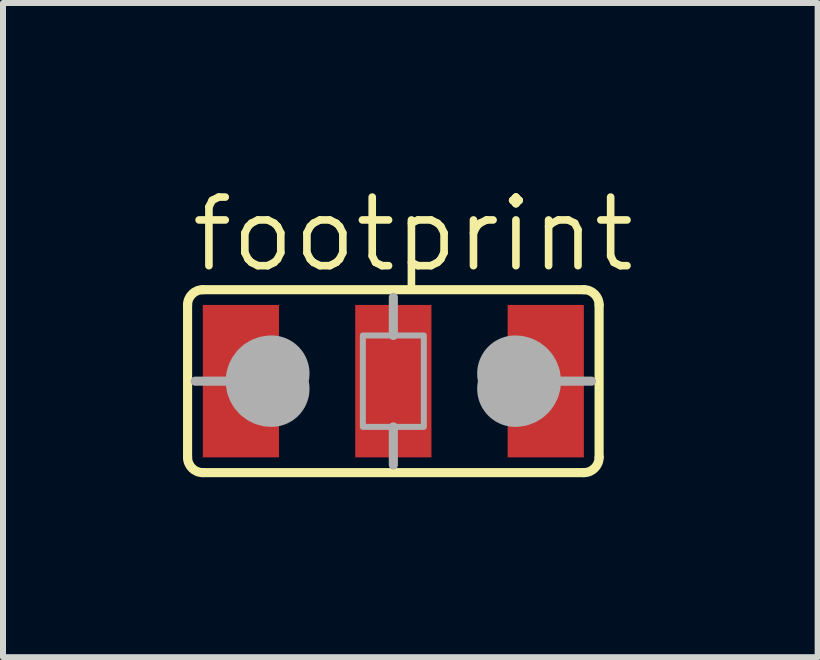
<source format=kicad_pcb>
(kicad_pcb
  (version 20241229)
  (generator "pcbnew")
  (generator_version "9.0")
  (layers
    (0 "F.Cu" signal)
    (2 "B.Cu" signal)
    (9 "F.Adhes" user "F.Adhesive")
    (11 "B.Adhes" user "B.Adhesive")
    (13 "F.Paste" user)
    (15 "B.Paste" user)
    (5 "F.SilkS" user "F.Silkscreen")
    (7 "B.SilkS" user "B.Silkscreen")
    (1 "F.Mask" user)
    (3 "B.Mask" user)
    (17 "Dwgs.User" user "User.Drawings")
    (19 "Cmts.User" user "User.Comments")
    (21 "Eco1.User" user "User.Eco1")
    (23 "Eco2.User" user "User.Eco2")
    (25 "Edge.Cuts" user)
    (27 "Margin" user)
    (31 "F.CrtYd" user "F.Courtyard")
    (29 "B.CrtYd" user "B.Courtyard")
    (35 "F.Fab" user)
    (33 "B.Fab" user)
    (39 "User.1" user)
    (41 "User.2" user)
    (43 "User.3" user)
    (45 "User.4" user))
  (footprint "footprint"
    (layer "F.Cu")
    (at 3.505 3.302)
    (property "Reference" "footprint" (at -3.429 -1.778 0) (layer "F.SilkS") (effects (font (size 1.143 1.143) (thickness 0.127)) (justify left bottom)))
    (fp_line (start -3.429 1.27) (end -3.429 -1.27) (stroke (width 0.152) (type solid)) (layer "F.SilkS"))
    (fp_line (start -3.175 -1.524) (end 3.175 -1.524) (stroke (width 0.152) (type solid)) (layer "F.SilkS"))
    (fp_line (start 3.175 1.524) (end -3.175 1.524) (stroke (width 0.152) (type solid)) (layer "F.SilkS"))
    (fp_line (start 3.429 1.27) (end 3.429 -1.27) (stroke (width 0.152) (type solid)) (layer "F.SilkS"))
    (fp_arc (start -3.429 -1.27) (mid -3.354605 -1.449605) (end -3.175 -1.524) (stroke (width 0.1524) (type solid)) (layer "F.SilkS"))
    (fp_arc (start -3.175 1.524) (mid -3.354605 1.449605) (end -3.429 1.27) (stroke (width 0.1524) (type solid)) (layer "F.SilkS"))
    (fp_arc (start 3.175 -1.524) (mid 3.354605 -1.449605) (end 3.429 -1.27) (stroke (width 0.1524) (type solid)) (layer "F.SilkS"))
    (fp_arc (start 3.429 1.27) (mid 3.354605 1.449605) (end 3.175 1.524) (stroke (width 0.1524) (type solid)) (layer "F.SilkS"))
    (fp_line (start -2.794 0) (end -3.302 0) (stroke (width 0.152) (type solid)) (layer "F.Fab"))
    (fp_line (start 0 -0.762) (end 0 -1.397) (stroke (width 0.152) (type solid)) (layer "F.Fab"))
    (fp_line (start 0 1.397) (end 0 0.762) (stroke (width 0.152) (type solid)) (layer "F.Fab"))
    (fp_line (start 2.794 0) (end 3.302 0) (stroke (width 0.152) (type solid)) (layer "F.Fab"))
    (fp_arc (start -2.032 0.127) (mid -2.159 0) (end -2.032 -0.127) (stroke (width 1.27) (type solid)) (layer "F.Fab"))
    (fp_arc (start 2.032 -0.127) (mid 2.159 0) (end 2.032 0.127) (stroke (width 1.27) (type solid)) (layer "F.Fab"))
    (fp_poly (pts (xy -0.508 0.762) (xy 0.508 0.762) (xy 0.508 -0.762) (xy -0.508 -0.762)) (stroke (width 0.1) (type solid)) (fill no) (layer "F.Fab"))
    (pad "1" smd rect (at -2.54 0) (size 1.27 2.54) (layers "F.Cu" "F.Mask" "F.Paste"))
    (pad "2" smd rect (at 0 0) (size 1.27 2.54) (layers "F.Cu" "F.Mask" "F.Paste"))
    (pad "3" smd rect (at 2.54 0) (size 1.27 2.54) (layers "F.Cu" "F.Mask" "F.Paste")))
  (gr_rect
    (start -3 -3)
    (end 10.576 7.902)
    (stroke (width 0.1) (type default))
    (fill no)
    (layer "Edge.Cuts")))
</source>
